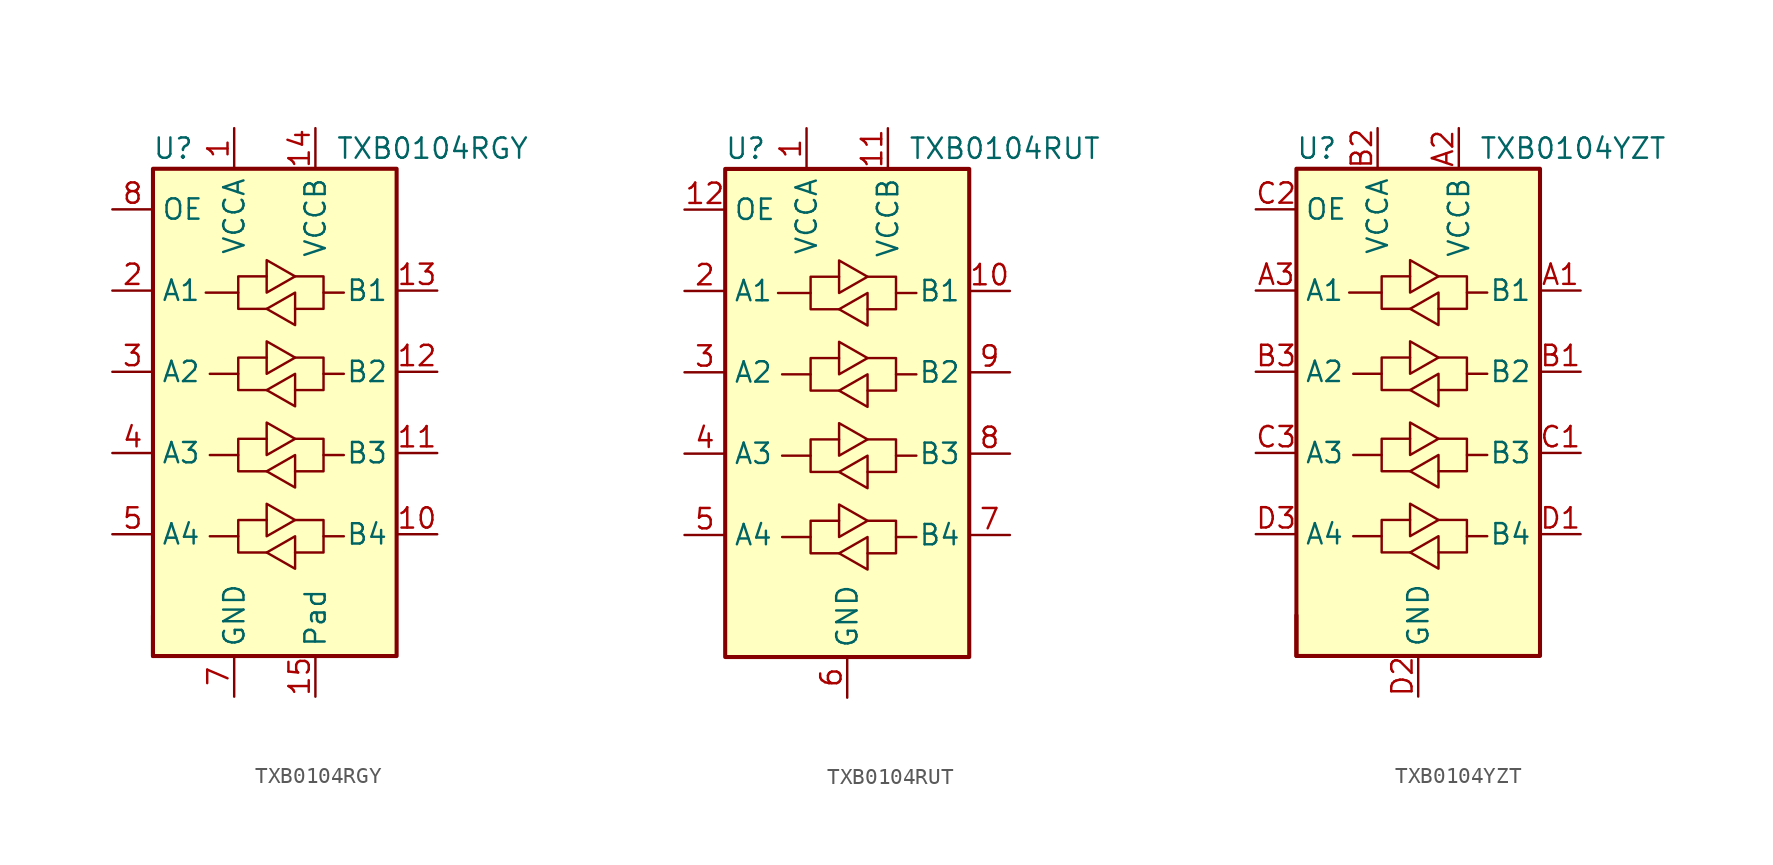
<source format=kicad_sym>
(kicad_symbol_lib
  (version 20200126)
  (host kicad_symbol_editor "(5.99.0-2044-gda2b7071b)")
  (symbol "Logic_LevelTranslator:TXB0104RGY"
    (pin_names
      (offset 0.508))
    (property "Reference" "U"
      (at -6.35 16.51 0)
      (effects (font (size 1.27 1.27))))
    (property "Value" "TXB0104RGY"
      (at 3.81 16.51 0)
      (effects (font (size 1.27 1.27)) (justify left)))
    (symbol "TXB0104RGY_0_1"
      (rectangle (start -7.62 -15.24) (end -7.62 -12.7) (stroke (width 0.254)) (fill (type none)))
      (rectangle (start -7.62 15.24) (end 7.62 -15.24) (stroke (width 0.254)) (fill (type background)))
      (polyline (pts (xy -2.286 -7.747) (xy -2.286 -6.731) (xy -0.508 -6.731)) (stroke (width 0)) (fill (type none)))
      (polyline (pts (xy -2.286 -2.667) (xy -2.286 -1.651) (xy -0.508 -1.651)) (stroke (width 0)) (fill (type none)))
      (polyline (pts (xy -2.286 2.413) (xy -2.286 3.429) (xy -0.508 3.429)) (stroke (width 0)) (fill (type none)))
      (polyline (pts (xy -2.286 7.493) (xy -2.286 8.509) (xy -0.508 8.509)) (stroke (width 0)) (fill (type none)))
      (polyline (pts (xy 3.048 -7.747) (xy 3.048 -8.763) (xy 1.27 -8.763)) (stroke (width 0)) (fill (type none)))
      (polyline (pts (xy 3.048 -2.667) (xy 3.048 -3.683) (xy 1.27 -3.683)) (stroke (width 0)) (fill (type none)))
      (polyline (pts (xy 3.048 2.413) (xy 3.048 1.397) (xy 1.27 1.397)) (stroke (width 0)) (fill (type none)))
      (polyline (pts (xy 3.048 7.493) (xy 3.048 6.477) (xy 1.27 6.477)) (stroke (width 0)) (fill (type none)))
      (polyline (pts (xy -0.508 -8.763) (xy -2.286 -8.763) (xy -2.286 -7.747) (xy -4.064 -7.747)) (stroke (width 0)) (fill (type none)))
      (polyline (pts (xy -0.508 -8.763) (xy 1.27 -7.747) (xy 1.27 -9.779) (xy -0.508 -8.763)) (stroke (width 0)) (fill (type none)))
      (polyline (pts (xy -0.508 -3.683) (xy -2.286 -3.683) (xy -2.286 -2.667) (xy -4.064 -2.667)) (stroke (width 0)) (fill (type none)))
      (polyline (pts (xy -0.508 -3.683) (xy 1.27 -2.667) (xy 1.27 -4.699) (xy -0.508 -3.683)) (stroke (width 0)) (fill (type none)))
      (polyline (pts (xy -0.508 1.397) (xy -2.286 1.397) (xy -2.286 2.413) (xy -4.064 2.413)) (stroke (width 0)) (fill (type none)))
      (polyline (pts (xy -0.508 1.397) (xy 1.27 2.413) (xy 1.27 0.381) (xy -0.508 1.397)) (stroke (width 0)) (fill (type none)))
      (polyline (pts (xy -0.508 6.477) (xy -2.286 6.477) (xy -2.286 7.493) (xy -4.318 7.493)) (stroke (width 0)) (fill (type none)))
      (polyline (pts (xy -0.508 6.477) (xy 1.27 7.493) (xy 1.27 5.461) (xy -0.508 6.477)) (stroke (width 0)) (fill (type none)))
      (polyline (pts (xy 1.27 -6.731) (xy -0.508 -7.747) (xy -0.508 -5.715) (xy 1.27 -6.731)) (stroke (width 0)) (fill (type none)))
      (polyline (pts (xy 1.27 -6.731) (xy 3.048 -6.731) (xy 3.048 -7.747) (xy 4.318 -7.747)) (stroke (width 0)) (fill (type none)))
      (polyline (pts (xy 1.27 -1.651) (xy -0.508 -2.667) (xy -0.508 -0.635) (xy 1.27 -1.651)) (stroke (width 0)) (fill (type none)))
      (polyline (pts (xy 1.27 -1.651) (xy 3.048 -1.651) (xy 3.048 -2.667) (xy 4.318 -2.667)) (stroke (width 0)) (fill (type none)))
      (polyline (pts (xy 1.27 3.429) (xy -0.508 2.413) (xy -0.508 4.445) (xy 1.27 3.429)) (stroke (width 0)) (fill (type none)))
      (polyline (pts (xy 1.27 3.429) (xy 3.048 3.429) (xy 3.048 2.413) (xy 4.318 2.413)) (stroke (width 0)) (fill (type none)))
      (polyline (pts (xy 1.27 8.509) (xy -0.508 7.493) (xy -0.508 9.525) (xy 1.27 8.509)) (stroke (width 0)) (fill (type none)))
      (polyline (pts (xy 1.27 8.509) (xy 3.048 8.509) (xy 3.048 7.493) (xy 4.318 7.493)) (stroke (width 0)) (fill (type none))))
    (symbol "TXB0104RGY_1_1"
      (pin power_in line (at -2.54 17.78 270) (length 2.54) (name "VCCA" (effects (font (size 1.27 1.27)))) (number "1" (effects (font (size 1.27 1.27)))))
      (pin bidirectional line (at 10.16 -7.62 180) (length 2.54) (name "B4" (effects (font (size 1.27 1.27)))) (number "10" (effects (font (size 1.27 1.27)))))
      (pin bidirectional line (at 10.16 -2.54 180) (length 2.54) (name "B3" (effects (font (size 1.27 1.27)))) (number "11" (effects (font (size 1.27 1.27)))))
      (pin bidirectional line (at 10.16 2.54 180) (length 2.54) (name "B2" (effects (font (size 1.27 1.27)))) (number "12" (effects (font (size 1.27 1.27)))))
      (pin bidirectional line (at 10.16 7.62 180) (length 2.54) (name "B1" (effects (font (size 1.27 1.27)))) (number "13" (effects (font (size 1.27 1.27)))))
      (pin power_in line (at 2.54 17.78 270) (length 2.54) (name "VCCB" (effects (font (size 1.27 1.27)))) (number "14" (effects (font (size 1.27 1.27)))))
      (pin input line (at 2.54 -17.78 90) (length 2.54) (name "Pad" (effects (font (size 1.27 1.27)))) (number "15" (effects (font (size 1.27 1.27)))))
      (pin bidirectional line (at -10.16 7.62 0) (length 2.54) (name "A1" (effects (font (size 1.27 1.27)))) (number "2" (effects (font (size 1.27 1.27)))))
      (pin bidirectional line (at -10.16 2.54 0) (length 2.54) (name "A2" (effects (font (size 1.27 1.27)))) (number "3" (effects (font (size 1.27 1.27)))))
      (pin bidirectional line (at -10.16 -2.54 0) (length 2.54) (name "A3" (effects (font (size 1.27 1.27)))) (number "4" (effects (font (size 1.27 1.27)))))
      (pin bidirectional line (at -10.16 -7.62 0) (length 2.54) (name "A4" (effects (font (size 1.27 1.27)))) (number "5" (effects (font (size 1.27 1.27)))))
      (pin unconnected line (at -10.16 -12.7 0) (length 2.54) hide (name "NC" (effects (font (size 1.27 1.27)))) (number "6" (effects (font (size 1.27 1.27)))))
      (pin power_in line (at -2.54 -17.78 90) (length 2.54) (name "GND" (effects (font (size 1.27 1.27)))) (number "7" (effects (font (size 1.27 1.27)))))
      (pin input line (at -10.16 12.7 0) (length 2.54) (name "OE" (effects (font (size 1.27 1.27)))) (number "8" (effects (font (size 1.27 1.27)))))
      (pin unconnected line (at 10.16 -12.7 180) (length 2.54) hide (name "NC" (effects (font (size 1.27 1.27)))) (number "9" (effects (font (size 1.27 1.27)))))))
  (symbol "Logic_LevelTranslator:TXB0104RUT"
    (pin_names
      (offset 0.508))
    (property "Reference" "U"
      (at -6.35 16.51 0)
      (effects (font (size 1.27 1.27))))
    (property "Value" "TXB0104RUT"
      (at 3.81 16.51 0)
      (effects (font (size 1.27 1.27)) (justify left)))
    (symbol "TXB0104RUT_0_1"
      (rectangle (start -7.62 15.24) (end 7.62 -15.24) (stroke (width 0.254)) (fill (type background)))
      (polyline (pts (xy -2.286 -7.747) (xy -2.286 -6.731) (xy -0.508 -6.731)) (stroke (width 0)) (fill (type none)))
      (polyline (pts (xy -2.286 -2.667) (xy -2.286 -1.651) (xy -0.508 -1.651)) (stroke (width 0)) (fill (type none)))
      (polyline (pts (xy -2.286 2.413) (xy -2.286 3.429) (xy -0.508 3.429)) (stroke (width 0)) (fill (type none)))
      (polyline (pts (xy -2.286 7.493) (xy -2.286 8.509) (xy -0.508 8.509)) (stroke (width 0)) (fill (type none)))
      (polyline (pts (xy 3.048 -7.747) (xy 3.048 -8.763) (xy 1.27 -8.763)) (stroke (width 0)) (fill (type none)))
      (polyline (pts (xy 3.048 -2.667) (xy 3.048 -3.683) (xy 1.27 -3.683)) (stroke (width 0)) (fill (type none)))
      (polyline (pts (xy 3.048 2.413) (xy 3.048 1.397) (xy 1.27 1.397)) (stroke (width 0)) (fill (type none)))
      (polyline (pts (xy 3.048 7.493) (xy 3.048 6.477) (xy 1.27 6.477)) (stroke (width 0)) (fill (type none)))
      (polyline (pts (xy -0.508 -8.763) (xy -2.286 -8.763) (xy -2.286 -7.747) (xy -4.064 -7.747)) (stroke (width 0)) (fill (type none)))
      (polyline (pts (xy -0.508 -8.763) (xy 1.27 -7.747) (xy 1.27 -9.779) (xy -0.508 -8.763)) (stroke (width 0)) (fill (type none)))
      (polyline (pts (xy -0.508 -3.683) (xy -2.286 -3.683) (xy -2.286 -2.667) (xy -4.064 -2.667)) (stroke (width 0)) (fill (type none)))
      (polyline (pts (xy -0.508 -3.683) (xy 1.27 -2.667) (xy 1.27 -4.699) (xy -0.508 -3.683)) (stroke (width 0)) (fill (type none)))
      (polyline (pts (xy -0.508 1.397) (xy -2.286 1.397) (xy -2.286 2.413) (xy -4.064 2.413)) (stroke (width 0)) (fill (type none)))
      (polyline (pts (xy -0.508 1.397) (xy 1.27 2.413) (xy 1.27 0.381) (xy -0.508 1.397)) (stroke (width 0)) (fill (type none)))
      (polyline (pts (xy -0.508 6.477) (xy -2.286 6.477) (xy -2.286 7.493) (xy -4.318 7.493)) (stroke (width 0)) (fill (type none)))
      (polyline (pts (xy -0.508 6.477) (xy 1.27 7.493) (xy 1.27 5.461) (xy -0.508 6.477)) (stroke (width 0)) (fill (type none)))
      (polyline (pts (xy 1.27 -6.731) (xy -0.508 -7.747) (xy -0.508 -5.715) (xy 1.27 -6.731)) (stroke (width 0)) (fill (type none)))
      (polyline (pts (xy 1.27 -6.731) (xy 3.048 -6.731) (xy 3.048 -7.747) (xy 4.318 -7.747)) (stroke (width 0)) (fill (type none)))
      (polyline (pts (xy 1.27 -1.651) (xy -0.508 -2.667) (xy -0.508 -0.635) (xy 1.27 -1.651)) (stroke (width 0)) (fill (type none)))
      (polyline (pts (xy 1.27 -1.651) (xy 3.048 -1.651) (xy 3.048 -2.667) (xy 4.318 -2.667)) (stroke (width 0)) (fill (type none)))
      (polyline (pts (xy 1.27 3.429) (xy -0.508 2.413) (xy -0.508 4.445) (xy 1.27 3.429)) (stroke (width 0)) (fill (type none)))
      (polyline (pts (xy 1.27 3.429) (xy 3.048 3.429) (xy 3.048 2.413) (xy 4.318 2.413)) (stroke (width 0)) (fill (type none)))
      (polyline (pts (xy 1.27 8.509) (xy -0.508 7.493) (xy -0.508 9.525) (xy 1.27 8.509)) (stroke (width 0)) (fill (type none)))
      (polyline (pts (xy 1.27 8.509) (xy 3.048 8.509) (xy 3.048 7.493) (xy 4.318 7.493)) (stroke (width 0)) (fill (type none))))
    (symbol "TXB0104RUT_1_1"
      (pin power_in line (at -2.54 17.78 270) (length 2.54) (name "VCCA" (effects (font (size 1.27 1.27)))) (number "1" (effects (font (size 1.27 1.27)))))
      (pin tri_state line (at 10.16 7.62 180) (length 2.54) (name "B1" (effects (font (size 1.27 1.27)))) (number "10" (effects (font (size 1.27 1.27)))))
      (pin power_in line (at 2.54 17.78 270) (length 2.54) (name "VCCB" (effects (font (size 1.27 1.27)))) (number "11" (effects (font (size 1.27 1.27)))))
      (pin input line (at -10.16 12.7 0) (length 2.54) (name "OE" (effects (font (size 1.27 1.27)))) (number "12" (effects (font (size 1.27 1.27)))))
      (pin tri_state line (at -10.16 7.62 0) (length 2.54) (name "A1" (effects (font (size 1.27 1.27)))) (number "2" (effects (font (size 1.27 1.27)))))
      (pin tri_state line (at -10.16 2.54 0) (length 2.54) (name "A2" (effects (font (size 1.27 1.27)))) (number "3" (effects (font (size 1.27 1.27)))))
      (pin tri_state line (at -10.16 -2.54 0) (length 2.54) (name "A3" (effects (font (size 1.27 1.27)))) (number "4" (effects (font (size 1.27 1.27)))))
      (pin tri_state line (at -10.16 -7.62 0) (length 2.54) (name "A4" (effects (font (size 1.27 1.27)))) (number "5" (effects (font (size 1.27 1.27)))))
      (pin power_in line (at 0 -17.78 90) (length 2.54) (name "GND" (effects (font (size 1.27 1.27)))) (number "6" (effects (font (size 1.27 1.27)))))
      (pin tri_state line (at 10.16 -7.62 180) (length 2.54) (name "B4" (effects (font (size 1.27 1.27)))) (number "7" (effects (font (size 1.27 1.27)))))
      (pin tri_state line (at 10.16 -2.54 180) (length 2.54) (name "B3" (effects (font (size 1.27 1.27)))) (number "8" (effects (font (size 1.27 1.27)))))
      (pin tri_state line (at 10.16 2.54 180) (length 2.54) (name "B2" (effects (font (size 1.27 1.27)))) (number "9" (effects (font (size 1.27 1.27)))))))
  (symbol "Logic_LevelTranslator:TXB0104YZT"
    (pin_names
      (offset 0.508))
    (property "Reference" "U"
      (at -6.35 16.51 0)
      (effects (font (size 1.27 1.27))))
    (property "Value" "TXB0104YZT"
      (at 3.81 16.51 0)
      (effects (font (size 1.27 1.27)) (justify left)))
    (symbol "TXB0104YZT_0_1"
      (rectangle (start -7.62 -15.24) (end -7.62 -12.7) (stroke (width 0.254)) (fill (type none)))
      (rectangle (start -7.62 15.24) (end 7.62 -15.24) (stroke (width 0.254)) (fill (type background)))
      (polyline (pts (xy -2.286 -7.747) (xy -2.286 -6.731) (xy -0.508 -6.731)) (stroke (width 0)) (fill (type none)))
      (polyline (pts (xy -2.286 -2.667) (xy -2.286 -1.651) (xy -0.508 -1.651)) (stroke (width 0)) (fill (type none)))
      (polyline (pts (xy -2.286 2.413) (xy -2.286 3.429) (xy -0.508 3.429)) (stroke (width 0)) (fill (type none)))
      (polyline (pts (xy -2.286 7.493) (xy -2.286 8.509) (xy -0.508 8.509)) (stroke (width 0)) (fill (type none)))
      (polyline (pts (xy 3.048 -7.747) (xy 3.048 -8.763) (xy 1.27 -8.763)) (stroke (width 0)) (fill (type none)))
      (polyline (pts (xy 3.048 -2.667) (xy 3.048 -3.683) (xy 1.27 -3.683)) (stroke (width 0)) (fill (type none)))
      (polyline (pts (xy 3.048 2.413) (xy 3.048 1.397) (xy 1.27 1.397)) (stroke (width 0)) (fill (type none)))
      (polyline (pts (xy 3.048 7.493) (xy 3.048 6.477) (xy 1.27 6.477)) (stroke (width 0)) (fill (type none)))
      (polyline (pts (xy -0.508 -8.763) (xy -2.286 -8.763) (xy -2.286 -7.747) (xy -4.064 -7.747)) (stroke (width 0)) (fill (type none)))
      (polyline (pts (xy -0.508 -8.763) (xy 1.27 -7.747) (xy 1.27 -9.779) (xy -0.508 -8.763)) (stroke (width 0)) (fill (type none)))
      (polyline (pts (xy -0.508 -3.683) (xy -2.286 -3.683) (xy -2.286 -2.667) (xy -4.064 -2.667)) (stroke (width 0)) (fill (type none)))
      (polyline (pts (xy -0.508 -3.683) (xy 1.27 -2.667) (xy 1.27 -4.699) (xy -0.508 -3.683)) (stroke (width 0)) (fill (type none)))
      (polyline (pts (xy -0.508 1.397) (xy -2.286 1.397) (xy -2.286 2.413) (xy -4.064 2.413)) (stroke (width 0)) (fill (type none)))
      (polyline (pts (xy -0.508 1.397) (xy 1.27 2.413) (xy 1.27 0.381) (xy -0.508 1.397)) (stroke (width 0)) (fill (type none)))
      (polyline (pts (xy -0.508 6.477) (xy -2.286 6.477) (xy -2.286 7.493) (xy -4.318 7.493)) (stroke (width 0)) (fill (type none)))
      (polyline (pts (xy -0.508 6.477) (xy 1.27 7.493) (xy 1.27 5.461) (xy -0.508 6.477)) (stroke (width 0)) (fill (type none)))
      (polyline (pts (xy 1.27 -6.731) (xy -0.508 -7.747) (xy -0.508 -5.715) (xy 1.27 -6.731)) (stroke (width 0)) (fill (type none)))
      (polyline (pts (xy 1.27 -6.731) (xy 3.048 -6.731) (xy 3.048 -7.747) (xy 4.318 -7.747)) (stroke (width 0)) (fill (type none)))
      (polyline (pts (xy 1.27 -1.651) (xy -0.508 -2.667) (xy -0.508 -0.635) (xy 1.27 -1.651)) (stroke (width 0)) (fill (type none)))
      (polyline (pts (xy 1.27 -1.651) (xy 3.048 -1.651) (xy 3.048 -2.667) (xy 4.318 -2.667)) (stroke (width 0)) (fill (type none)))
      (polyline (pts (xy 1.27 3.429) (xy -0.508 2.413) (xy -0.508 4.445) (xy 1.27 3.429)) (stroke (width 0)) (fill (type none)))
      (polyline (pts (xy 1.27 3.429) (xy 3.048 3.429) (xy 3.048 2.413) (xy 4.318 2.413)) (stroke (width 0)) (fill (type none)))
      (polyline (pts (xy 1.27 8.509) (xy -0.508 7.493) (xy -0.508 9.525) (xy 1.27 8.509)) (stroke (width 0)) (fill (type none)))
      (polyline (pts (xy 1.27 8.509) (xy 3.048 8.509) (xy 3.048 7.493) (xy 4.318 7.493)) (stroke (width 0)) (fill (type none))))
    (symbol "TXB0104YZT_1_1"
      (pin bidirectional line (at 10.16 7.62 180) (length 2.54) (name "B1" (effects (font (size 1.27 1.27)))) (number "A1" (effects (font (size 1.27 1.27)))))
      (pin power_in line (at 2.54 17.78 270) (length 2.54) (name "VCCB" (effects (font (size 1.27 1.27)))) (number "A2" (effects (font (size 1.27 1.27)))))
      (pin bidirectional line (at -10.16 7.62 0) (length 2.54) (name "A1" (effects (font (size 1.27 1.27)))) (number "A3" (effects (font (size 1.27 1.27)))))
      (pin bidirectional line (at 10.16 2.54 180) (length 2.54) (name "B2" (effects (font (size 1.27 1.27)))) (number "B1" (effects (font (size 1.27 1.27)))))
      (pin power_in line (at -2.54 17.78 270) (length 2.54) (name "VCCA" (effects (font (size 1.27 1.27)))) (number "B2" (effects (font (size 1.27 1.27)))))
      (pin bidirectional line (at -10.16 2.54 0) (length 2.54) (name "A2" (effects (font (size 1.27 1.27)))) (number "B3" (effects (font (size 1.27 1.27)))))
      (pin bidirectional line (at 10.16 -2.54 180) (length 2.54) (name "B3" (effects (font (size 1.27 1.27)))) (number "C1" (effects (font (size 1.27 1.27)))))
      (pin input line (at -10.16 12.7 0) (length 2.54) (name "OE" (effects (font (size 1.27 1.27)))) (number "C2" (effects (font (size 1.27 1.27)))))
      (pin bidirectional line (at -10.16 -2.54 0) (length 2.54) (name "A3" (effects (font (size 1.27 1.27)))) (number "C3" (effects (font (size 1.27 1.27)))))
      (pin bidirectional line (at 10.16 -7.62 180) (length 2.54) (name "B4" (effects (font (size 1.27 1.27)))) (number "D1" (effects (font (size 1.27 1.27)))))
      (pin power_in line (at 0 -17.78 90) (length 2.54) (name "GND" (effects (font (size 1.27 1.27)))) (number "D2" (effects (font (size 1.27 1.27)))))
      (pin bidirectional line (at -10.16 -7.62 0) (length 2.54) (name "A4" (effects (font (size 1.27 1.27)))) (number "D3" (effects (font (size 1.27 1.27))))))))
</source>
